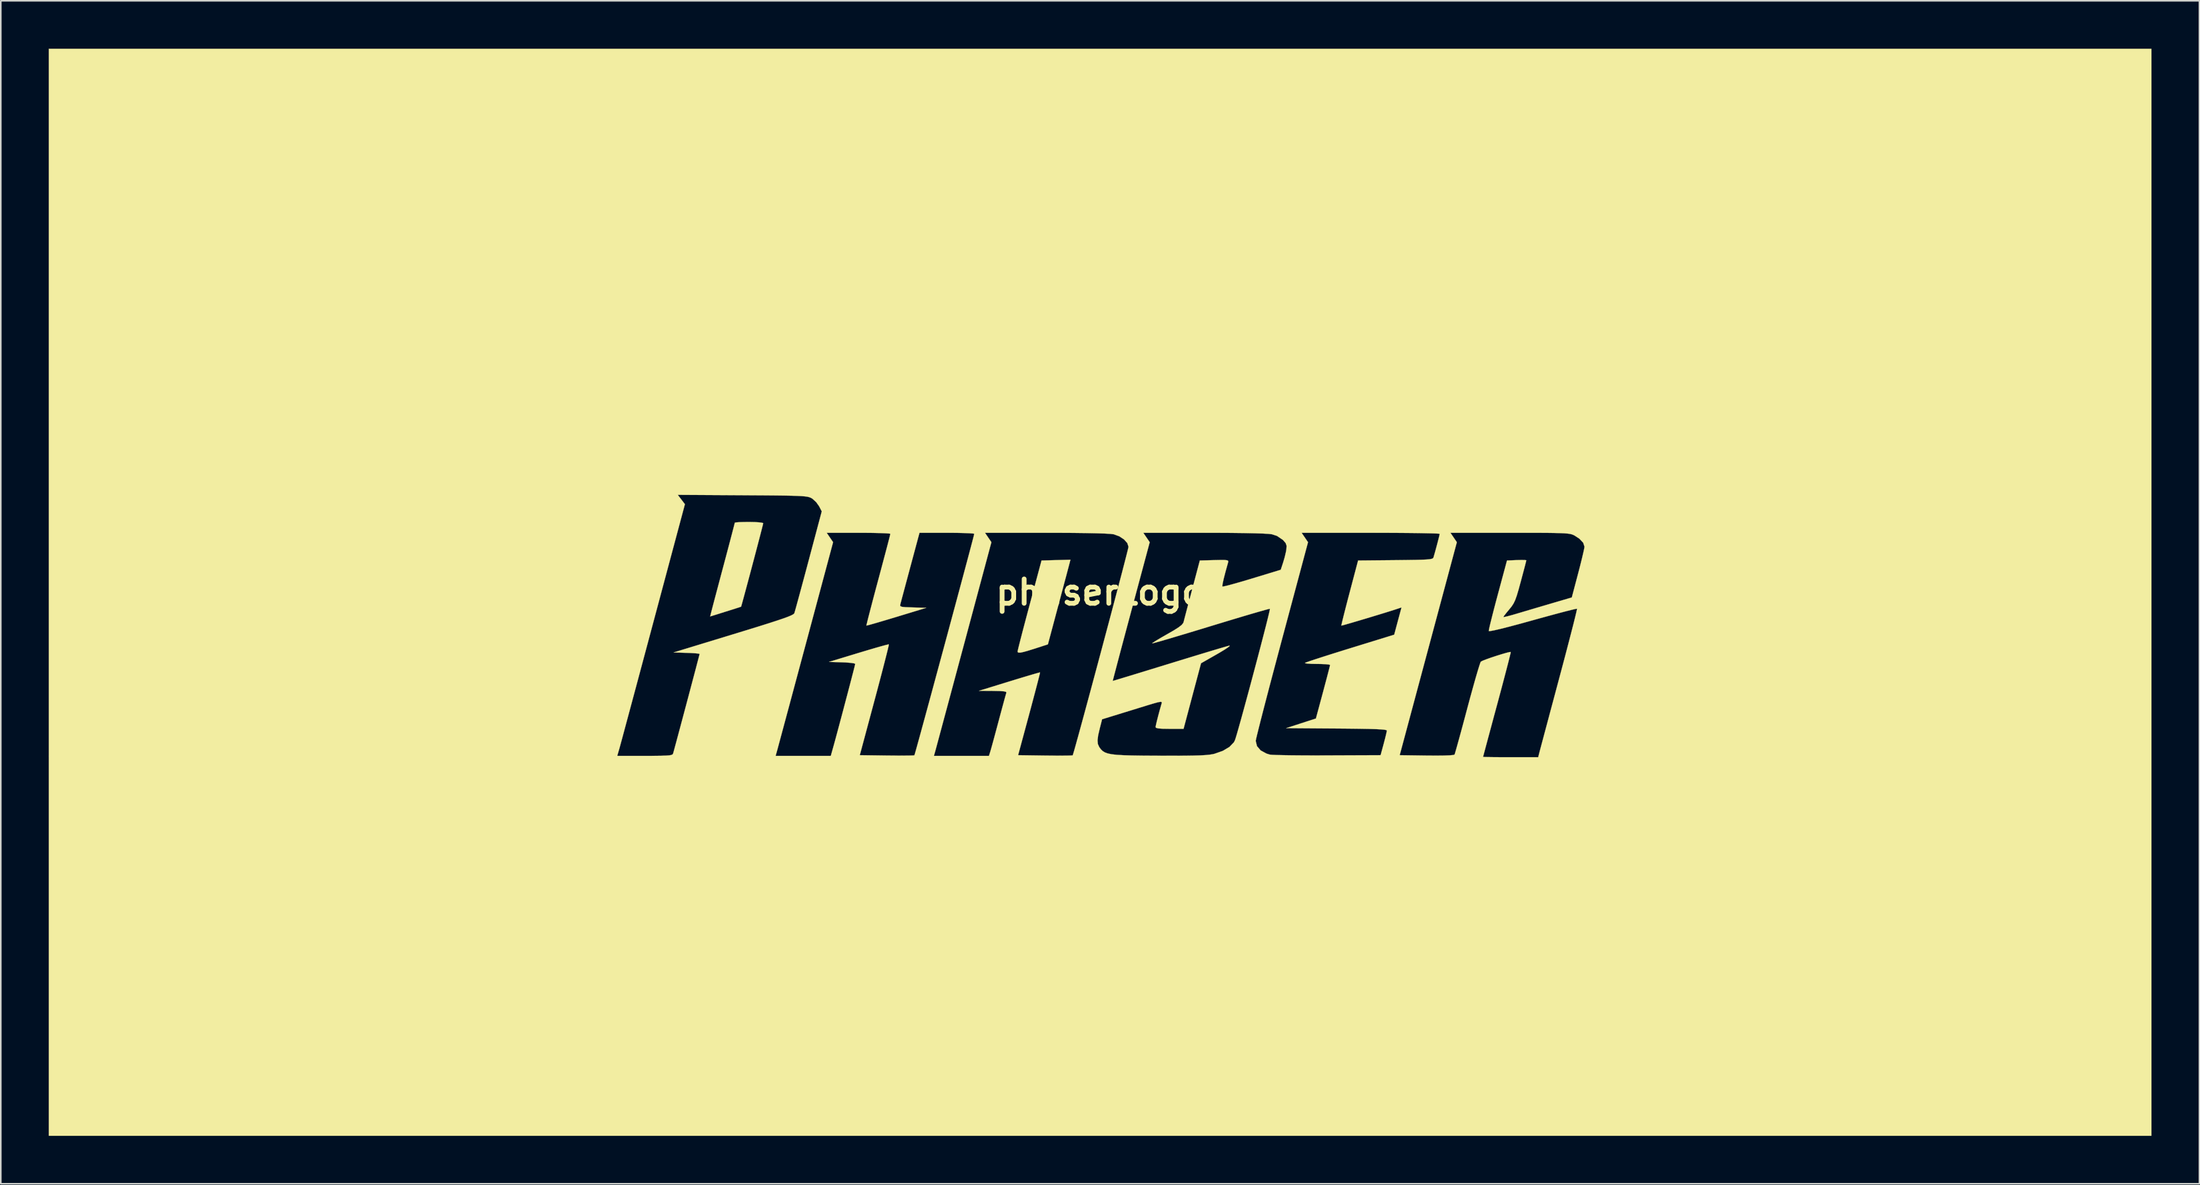
<source format=kicad_pcb>
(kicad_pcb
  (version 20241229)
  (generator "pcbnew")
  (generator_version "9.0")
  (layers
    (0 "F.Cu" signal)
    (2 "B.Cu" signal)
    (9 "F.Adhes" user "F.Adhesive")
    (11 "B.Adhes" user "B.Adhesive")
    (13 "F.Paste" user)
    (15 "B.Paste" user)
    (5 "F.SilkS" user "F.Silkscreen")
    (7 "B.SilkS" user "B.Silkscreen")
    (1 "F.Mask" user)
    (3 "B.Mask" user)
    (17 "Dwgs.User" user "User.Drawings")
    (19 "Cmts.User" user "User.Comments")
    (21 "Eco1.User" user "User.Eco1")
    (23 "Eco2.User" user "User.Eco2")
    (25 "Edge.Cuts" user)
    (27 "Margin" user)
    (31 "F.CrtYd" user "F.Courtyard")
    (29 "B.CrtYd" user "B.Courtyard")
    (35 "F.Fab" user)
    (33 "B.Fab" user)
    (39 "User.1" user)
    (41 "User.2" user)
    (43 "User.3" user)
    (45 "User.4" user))
  (footprint "phaserLogo"
    (layer "F.Cu")
    (at 65.791 34.041)
    (property "Reference" "phaserLogo" (at 0 0 0) (layer "F.SilkS") (effects (font (size 1.524 1.524) (thickness 0.3))))
    (attr through_hole)
    (fp_poly (pts (xy -1.907 -1.844) (xy -1.941 -1.716) (xy -2.012 -1.446) (xy -2.115 -1.056) (xy -2.245 -0.57) (xy -2.395 -0.008) (xy -2.558 0.607) (xy -2.611 0.804) (xy -3.267 3.26) (xy -3.966 3.487) (xy -4.437 3.636) (xy -4.771 3.732) (xy -4.989 3.779) (xy -5.111 3.78) (xy -5.16 3.739) (xy -5.164 3.711) (xy -5.142 3.605) (xy -5.082 3.355) (xy -4.987 2.982) (xy -4.864 2.504) (xy -4.716 1.941) (xy -4.55 1.314) (xy -4.414 0.804) (xy -3.665 -1.99) (xy -2.761 -2.014) (xy -1.858 -2.038) (xy -1.907 -1.844)) (stroke (width 0.01) (type solid)) (fill yes) (layer "F.SilkS"))
    (fp_poly (pts (xy -21.606 -4.396) (xy -21.314 -4.377) (xy -21.129 -4.349) (xy -21.082 -4.324) (xy -21.103 -4.231) (xy -21.161 -4) (xy -21.25 -3.654) (xy -21.364 -3.217) (xy -21.496 -2.713) (xy -21.64 -2.166) (xy -21.79 -1.6) (xy -21.939 -1.038) (xy -22.082 -0.505) (xy -22.211 -0.025) (xy -22.32 0.379) (xy -22.403 0.683) (xy -22.454 0.862) (xy -22.467 0.901) (xy -22.548 0.93) (xy -22.758 0.998) (xy -23.066 1.096) (xy -23.439 1.213) (xy -24.4 1.513) (xy -24.345 1.286) (xy -24.31 1.151) (xy -24.238 0.873) (xy -24.133 0.475) (xy -24.001 -0.023) (xy -23.848 -0.599) (xy -23.68 -1.233) (xy -23.575 -1.626) (xy -23.403 -2.273) (xy -23.246 -2.866) (xy -23.109 -3.387) (xy -22.997 -3.815) (xy -22.915 -4.132) (xy -22.869 -4.317) (xy -22.86 -4.357) (xy -22.781 -4.376) (xy -22.568 -4.391) (xy -22.255 -4.4) (xy -21.971 -4.403) (xy -21.606 -4.396)) (stroke (width 0.01) (type solid)) (fill yes) (layer "F.SilkS"))
    (fp_poly (pts (xy 65.786 34.036) (xy -65.786 34.036) (xy -65.786 10.245) (xy -30.217 10.245) (xy -28.491 10.245) (xy -20.306 10.245) (xy -16.853 10.245) (xy -10.4 10.245) (xy -6.956 10.245) (xy -6.869 9.97) (xy -6.821 9.804) (xy -6.738 9.505) (xy -6.628 9.102) (xy -6.5 8.626) (xy -6.361 8.107) (xy -6.344 8.043) (xy -6.208 7.535) (xy -6.085 7.08) (xy -5.983 6.703) (xy -5.908 6.433) (xy -5.867 6.295) (xy -5.864 6.287) (xy -5.888 6.236) (xy -6.017 6.203) (xy -6.272 6.184) (xy -6.676 6.176) (xy -6.701 6.175) (xy -7.578 6.17) (xy -5.678 5.584) (xy -5.142 5.42) (xy -4.663 5.275) (xy -4.263 5.156) (xy -3.966 5.071) (xy -3.793 5.024) (xy -3.759 5.018) (xy -3.775 5.102) (xy -3.831 5.329) (xy -3.921 5.68) (xy -4.04 6.136) (xy -4.183 6.676) (xy -4.344 7.282) (xy -4.435 7.62) (xy -5.132 10.202) (xy -3.443 10.225) (xy -2.926 10.23) (xy -2.469 10.231) (xy -2.098 10.229) (xy -1.84 10.222) (xy -1.72 10.212) (xy -1.715 10.21) (xy -1.685 10.121) (xy -1.615 9.884) (xy -1.511 9.513) (xy -1.444 9.271) (xy -0.161 9.271) (xy -0.141 9.5) (xy -0.06 9.684) (xy -0.038 9.717) (xy 0.058 9.843) (xy 0.166 9.946) (xy 0.302 10.029) (xy 0.482 10.094) (xy 0.724 10.144) (xy 1.044 10.18) (xy 1.46 10.204) (xy 1.988 10.22) (xy 2.645 10.23) (xy 3.447 10.235) (xy 3.813 10.236) (xy 4.629 10.237) (xy 5.294 10.235) (xy 5.829 10.227) (xy 6.251 10.215) (xy 6.58 10.197) (xy 6.836 10.173) (xy 7.037 10.141) (xy 7.158 10.114) (xy 7.679 9.931) (xy 8.09 9.687) (xy 8.368 9.398) (xy 8.417 9.309) (xy 9.737 9.309) (xy 9.816 9.633) (xy 10.045 9.902) (xy 10.409 10.101) (xy 10.626 10.167) (xy 10.765 10.18) (xy 11.054 10.192) (xy 11.472 10.201) (xy 11.999 10.209) (xy 12.617 10.214) (xy 13.304 10.217) (xy 14.04 10.216) (xy 14.216 10.215) (xy 17.552 10.202) (xy 18.746 10.202) (xy 20.437 10.225) (xy 21.026 10.229) (xy 21.511 10.224) (xy 21.877 10.211) (xy 22.106 10.19) (xy 22.179 10.167) (xy 22.212 10.068) (xy 22.282 9.825) (xy 22.385 9.458) (xy 22.516 8.984) (xy 22.668 8.425) (xy 22.836 7.799) (xy 22.978 7.265) (xy 23.157 6.598) (xy 23.327 5.982) (xy 23.48 5.436) (xy 23.613 4.98) (xy 23.719 4.633) (xy 23.792 4.415) (xy 23.823 4.347) (xy 23.93 4.29) (xy 24.152 4.202) (xy 24.45 4.096) (xy 24.784 3.985) (xy 25.116 3.881) (xy 25.405 3.797) (xy 25.612 3.746) (xy 25.696 3.74) (xy 25.681 3.825) (xy 25.625 4.056) (xy 25.535 4.415) (xy 25.413 4.885) (xy 25.265 5.449) (xy 25.096 6.088) (xy 24.909 6.786) (xy 24.844 7.027) (xy 24.651 7.74) (xy 24.474 8.401) (xy 24.315 8.99) (xy 24.18 9.493) (xy 24.074 9.889) (xy 24.001 10.164) (xy 23.965 10.298) (xy 23.963 10.308) (xy 24.043 10.315) (xy 24.267 10.32) (xy 24.61 10.325) (xy 25.047 10.328) (xy 25.554 10.329) (xy 25.687 10.329) (xy 27.414 10.329) (xy 27.463 10.135) (xy 27.493 10.018) (xy 27.563 9.753) (xy 27.669 9.356) (xy 27.806 8.843) (xy 27.97 8.23) (xy 28.156 7.531) (xy 28.362 6.764) (xy 28.581 5.943) (xy 28.698 5.505) (xy 28.921 4.669) (xy 29.129 3.883) (xy 29.317 3.162) (xy 29.483 2.521) (xy 29.623 1.975) (xy 29.731 1.539) (xy 29.806 1.228) (xy 29.842 1.058) (xy 29.844 1.029) (xy 29.755 1.041) (xy 29.523 1.095) (xy 29.167 1.184) (xy 28.705 1.305) (xy 28.157 1.453) (xy 27.543 1.621) (xy 27.072 1.752) (xy 26.289 1.969) (xy 25.624 2.146) (xy 25.087 2.283) (xy 24.685 2.376) (xy 24.428 2.425) (xy 24.323 2.426) (xy 24.321 2.423) (xy 24.336 2.319) (xy 24.391 2.074) (xy 24.48 1.711) (xy 24.596 1.252) (xy 24.734 0.719) (xy 24.881 0.169) (xy 25.462 -1.99) (xy 26.066 -2.015) (xy 26.361 -2.022) (xy 26.576 -2.018) (xy 26.669 -2.004) (xy 26.67 -2.002) (xy 26.649 -1.912) (xy 26.592 -1.687) (xy 26.505 -1.355) (xy 26.396 -0.946) (xy 26.321 -0.665) (xy 26.184 -0.163) (xy 26.073 0.209) (xy 25.976 0.482) (xy 25.878 0.69) (xy 25.766 0.866) (xy 25.626 1.043) (xy 25.602 1.072) (xy 25.415 1.297) (xy 25.282 1.469) (xy 25.231 1.55) (xy 25.231 1.55) (xy 25.306 1.546) (xy 25.508 1.499) (xy 25.802 1.42) (xy 26.014 1.358) (xy 26.378 1.25) (xy 26.852 1.109) (xy 27.387 0.951) (xy 27.929 0.791) (xy 28.157 0.724) (xy 29.517 0.324) (xy 29.914 -1.179) (xy 30.041 -1.669) (xy 30.151 -2.112) (xy 30.237 -2.478) (xy 30.293 -2.737) (xy 30.311 -2.855) (xy 30.229 -3.105) (xy 29.992 -3.356) (xy 29.694 -3.551) (xy 29.612 -3.592) (xy 29.523 -3.627) (xy 29.41 -3.655) (xy 29.257 -3.677) (xy 29.05 -3.694) (xy 28.77 -3.706) (xy 28.403 -3.715) (xy 27.932 -3.721) (xy 27.342 -3.724) (xy 26.616 -3.725) (xy 25.738 -3.725) (xy 25.648 -3.725) (xy 21.923 -3.725) (xy 22.123 -3.431) (xy 22.323 -3.136) (xy 18.746 10.202) (xy 17.552 10.202) (xy 17.747 9.483) (xy 17.835 9.147) (xy 17.903 8.868) (xy 17.941 8.691) (xy 17.945 8.658) (xy 17.909 8.63) (xy 17.791 8.606) (xy 17.577 8.586) (xy 17.254 8.569) (xy 16.811 8.556) (xy 16.235 8.546) (xy 15.512 8.537) (xy 14.796 8.531) (xy 11.642 8.509) (xy 12.573 8.207) (xy 13.504 7.905) (xy 13.947 6.26) (xy 14.081 5.756) (xy 14.2 5.309) (xy 14.295 4.942) (xy 14.361 4.684) (xy 14.39 4.558) (xy 14.391 4.551) (xy 14.314 4.524) (xy 14.103 4.502) (xy 13.796 4.49) (xy 13.575 4.487) (xy 13.234 4.481) (xy 12.976 4.465) (xy 12.834 4.442) (xy 12.818 4.424) (xy 12.911 4.385) (xy 13.146 4.302) (xy 13.506 4.183) (xy 13.97 4.033) (xy 14.519 3.858) (xy 15.135 3.665) (xy 15.641 3.508) (xy 18.403 2.656) (xy 18.632 1.801) (xy 18.862 0.947) (xy 18.639 1.022) (xy 18.388 1.104) (xy 18.04 1.214) (xy 17.623 1.343) (xy 17.164 1.483) (xy 16.691 1.626) (xy 16.233 1.763) (xy 15.817 1.886) (xy 15.472 1.986) (xy 15.225 2.056) (xy 15.104 2.086) (xy 15.097 2.086) (xy 15.111 2.002) (xy 15.164 1.776) (xy 15.249 1.431) (xy 15.361 0.99) (xy 15.494 0.474) (xy 15.609 0.037) (xy 16.144 -1.99) (xy 18.481 -2.012) (xy 19.174 -2.02) (xy 19.717 -2.028) (xy 20.127 -2.038) (xy 20.425 -2.052) (xy 20.628 -2.071) (xy 20.755 -2.096) (xy 20.825 -2.128) (xy 20.857 -2.169) (xy 20.861 -2.181) (xy 20.935 -2.436) (xy 21.021 -2.747) (xy 21.107 -3.07) (xy 21.182 -3.36) (xy 21.234 -3.572) (xy 21.251 -3.66) (xy 21.169 -3.673) (xy 20.934 -3.685) (xy 20.561 -3.695) (xy 20.066 -3.705) (xy 19.465 -3.713) (xy 18.775 -3.719) (xy 18.01 -3.723) (xy 17.187 -3.725) (xy 16.93 -3.725) (xy 12.609 -3.725) (xy 12.81 -3.431) (xy 13.01 -3.136) (xy 11.373 2.976) (xy 11.109 3.966) (xy 10.858 4.912) (xy 10.623 5.801) (xy 10.409 6.62) (xy 10.218 7.355) (xy 10.054 7.993) (xy 9.921 8.52) (xy 9.821 8.924) (xy 9.758 9.191) (xy 9.737 9.308) (xy 9.737 9.309) (xy 8.417 9.309) (xy 8.428 9.289) (xy 8.475 9.154) (xy 8.558 8.88) (xy 8.67 8.487) (xy 8.809 7.993) (xy 8.967 7.418) (xy 9.141 6.78) (xy 9.326 6.098) (xy 9.515 5.391) (xy 9.705 4.678) (xy 9.89 3.979) (xy 10.065 3.311) (xy 10.225 2.693) (xy 10.366 2.146) (xy 10.481 1.687) (xy 10.566 1.336) (xy 10.617 1.111) (xy 10.627 1.032) (xy 10.541 1.048) (xy 10.31 1.11) (xy 9.949 1.212) (xy 9.476 1.349) (xy 8.906 1.518) (xy 8.256 1.713) (xy 7.543 1.929) (xy 6.939 2.113) (xy 6.186 2.343) (xy 5.485 2.555) (xy 4.851 2.745) (xy 4.3 2.909) (xy 3.849 3.041) (xy 3.514 3.136) (xy 3.312 3.19) (xy 3.257 3.2) (xy 3.314 3.15) (xy 3.494 3.034) (xy 3.77 2.869) (xy 4.115 2.671) (xy 4.198 2.624) (xy 4.625 2.378) (xy 4.92 2.19) (xy 5.105 2.043) (xy 5.202 1.922) (xy 5.224 1.865) (xy 5.26 1.723) (xy 5.333 1.443) (xy 5.435 1.054) (xy 5.559 0.583) (xy 5.699 0.055) (xy 5.758 -0.169) (xy 6.24 -1.99) (xy 7.148 -2.014) (xy 7.549 -2.022) (xy 7.809 -2.02) (xy 7.955 -2.002) (xy 8.015 -1.965) (xy 8.018 -1.904) (xy 8.013 -1.887) (xy 7.848 -1.293) (xy 7.731 -0.839) (xy 7.664 -0.531) (xy 7.649 -0.376) (xy 7.655 -0.36) (xy 7.746 -0.37) (xy 7.975 -0.424) (xy 8.318 -0.515) (xy 8.752 -0.638) (xy 9.252 -0.785) (xy 9.503 -0.861) (xy 11.303 -1.409) (xy 11.454 -1.869) (xy 11.551 -2.199) (xy 11.628 -2.528) (xy 11.654 -2.672) (xy 11.67 -2.91) (xy 11.612 -3.08) (xy 11.453 -3.266) (xy 11.44 -3.279) (xy 11.068 -3.531) (xy 10.749 -3.634) (xy 10.545 -3.658) (xy 10.179 -3.679) (xy 9.66 -3.696) (xy 8.995 -3.709) (xy 8.194 -3.719) (xy 7.263 -3.724) (xy 6.512 -3.725) (xy 2.703 -3.725) (xy 2.903 -3.431) (xy 3.104 -3.136) (xy 1.94 1.205) (xy 1.719 2.03) (xy 1.512 2.805) (xy 1.323 3.513) (xy 1.157 4.14) (xy 1.017 4.671) (xy 0.907 5.09) (xy 0.831 5.383) (xy 0.793 5.534) (xy 0.79 5.552) (xy 0.871 5.529) (xy 1.098 5.462) (xy 1.453 5.354) (xy 1.921 5.212) (xy 2.484 5.04) (xy 3.126 4.843) (xy 3.831 4.626) (xy 4.318 4.477) (xy 5.066 4.247) (xy 5.771 4.031) (xy 6.415 3.835) (xy 6.981 3.664) (xy 7.45 3.524) (xy 7.804 3.42) (xy 8.025 3.357) (xy 8.086 3.341) (xy 8.111 3.36) (xy 8.006 3.448) (xy 7.787 3.593) (xy 7.472 3.783) (xy 7.327 3.867) (xy 6.315 4.445) (xy 5.768 6.498) (xy 5.222 8.551) (xy 4.347 8.551) (xy 3.926 8.545) (xy 3.654 8.526) (xy 3.509 8.491) (xy 3.471 8.444) (xy 3.493 8.32) (xy 3.549 8.077) (xy 3.63 7.758) (xy 3.724 7.405) (xy 3.82 7.063) (xy 3.86 6.928) (xy 3.856 6.873) (xy 3.786 6.858) (xy 3.625 6.885) (xy 3.35 6.96) (xy 2.988 7.069) (xy 2.501 7.219) (xy 1.939 7.393) (xy 1.386 7.563) (xy 1.099 7.652) (xy 0.124 7.952) (xy -0.023 8.527) (xy -0.123 8.959) (xy -0.161 9.271) (xy -1.444 9.271) (xy -1.375 9.023) (xy -1.213 8.43) (xy -1.027 7.749) (xy -0.823 6.995) (xy -0.603 6.182) (xy -0.373 5.326) (xy -0.136 4.443) (xy 0.104 3.547) (xy 0.342 2.652) (xy 0.576 1.775) (xy 0.8 0.931) (xy 1.01 0.134) (xy 1.204 -0.601) (xy 1.376 -1.257) (xy 1.522 -1.821) (xy 1.639 -2.278) (xy 1.723 -2.611) (xy 1.769 -2.806) (xy 1.777 -2.851) (xy 1.701 -3.082) (xy 1.498 -3.31) (xy 1.205 -3.504) (xy 0.861 -3.63) (xy 0.843 -3.634) (xy 0.639 -3.658) (xy 0.273 -3.679) (xy -0.246 -3.696) (xy -0.911 -3.709) (xy -1.712 -3.719) (xy -2.643 -3.724) (xy -3.394 -3.725) (xy -7.203 -3.725) (xy -7.003 -3.431) (xy -6.803 -3.137) (xy -8.512 3.237) (xy -8.785 4.251) (xy -9.046 5.224) (xy -9.292 6.141) (xy -9.52 6.991) (xy -9.727 7.759) (xy -9.908 8.432) (xy -10.06 8.998) (xy -10.18 9.442) (xy -10.263 9.752) (xy -10.307 9.914) (xy -10.311 9.927) (xy -10.4 10.245) (xy -16.853 10.245) (xy -16.728 9.8) (xy -16.646 9.507) (xy -16.537 9.108) (xy -16.408 8.628) (xy -16.264 8.089) (xy -16.111 7.516) (xy -15.957 6.931) (xy -15.806 6.359) (xy -15.665 5.823) (xy -15.541 5.346) (xy -15.439 4.951) (xy -15.366 4.664) (xy -15.329 4.506) (xy -15.325 4.484) (xy -15.403 4.449) (xy -15.615 4.418) (xy -15.923 4.394) (xy -16.144 4.385) (xy -16.964 4.36) (xy -15.107 3.795) (xy -14.577 3.636) (xy -14.102 3.496) (xy -13.707 3.383) (xy -13.415 3.304) (xy -13.249 3.265) (xy -13.219 3.262) (xy -13.234 3.348) (xy -13.288 3.581) (xy -13.378 3.942) (xy -13.499 4.416) (xy -13.646 4.986) (xy -13.816 5.633) (xy -14.004 6.342) (xy -14.113 6.748) (xy -15.039 10.202) (xy -13.349 10.225) (xy -12.832 10.23) (xy -12.375 10.231) (xy -12.004 10.229) (xy -11.746 10.222) (xy -11.626 10.212) (xy -11.621 10.21) (xy -11.595 10.125) (xy -11.528 9.892) (xy -11.426 9.524) (xy -11.291 9.036) (xy -11.129 8.443) (xy -10.942 7.759) (xy -10.735 6.998) (xy -10.512 6.177) (xy -10.277 5.308) (xy -10.033 4.406) (xy -9.784 3.487) (xy -9.535 2.565) (xy -9.29 1.653) (xy -9.051 0.767) (xy -8.824 -0.078) (xy -8.612 -0.868) (xy -8.419 -1.589) (xy -8.249 -2.226) (xy -8.106 -2.765) (xy -7.994 -3.19) (xy -7.917 -3.488) (xy -7.879 -3.643) (xy -7.875 -3.662) (xy -7.955 -3.681) (xy -8.18 -3.698) (xy -8.523 -3.711) (xy -8.96 -3.721) (xy -9.466 -3.725) (xy -9.588 -3.725) (xy -11.303 -3.725) (xy -11.877 -1.587) (xy -12.034 -1.003) (xy -12.178 -0.465) (xy -12.303 0.003) (xy -12.403 0.376) (xy -12.471 0.63) (xy -12.5 0.738) (xy -12.515 0.823) (xy -12.486 0.879) (xy -12.386 0.913) (xy -12.183 0.932) (xy -11.849 0.945) (xy -11.714 0.949) (xy -10.88 0.974) (xy -12.741 1.54) (xy -13.271 1.7) (xy -13.745 1.841) (xy -14.139 1.956) (xy -14.43 2.038) (xy -14.595 2.08) (xy -14.623 2.084) (xy -14.607 2) (xy -14.552 1.772) (xy -14.462 1.417) (xy -14.342 0.956) (xy -14.198 0.406) (xy -14.034 -0.213) (xy -13.885 -0.768) (xy -13.707 -1.433) (xy -13.544 -2.046) (xy -13.4 -2.588) (xy -13.281 -3.04) (xy -13.193 -3.382) (xy -13.139 -3.596) (xy -13.124 -3.662) (xy -13.205 -3.68) (xy -13.431 -3.696) (xy -13.78 -3.709) (xy -14.229 -3.719) (xy -14.753 -3.724) (xy -15.116 -3.725) (xy -17.109 -3.725) (xy -16.909 -3.431) (xy -16.709 -3.137) (xy -18.418 3.237) (xy -18.691 4.251) (xy -18.952 5.224) (xy -19.198 6.141) (xy -19.426 6.991) (xy -19.633 7.759) (xy -19.814 8.432) (xy -19.966 8.998) (xy -20.086 9.442) (xy -20.169 9.752) (xy -20.213 9.914) (xy -20.217 9.927) (xy -20.306 10.245) (xy -28.491 10.245) (xy -27.906 10.244) (xy -27.468 10.239) (xy -27.156 10.229) (xy -26.947 10.212) (xy -26.82 10.186) (xy -26.752 10.15) (xy -26.722 10.1) (xy -26.72 10.097) (xy -26.683 9.966) (xy -26.611 9.7) (xy -26.508 9.321) (xy -26.382 8.85) (xy -26.237 8.309) (xy -26.08 7.72) (xy -25.916 7.105) (xy -25.751 6.485) (xy -25.592 5.884) (xy -25.443 5.321) (xy -25.31 4.82) (xy -25.201 4.402) (xy -25.119 4.089) (xy -25.071 3.902) (xy -25.061 3.859) (xy -25.14 3.838) (xy -25.351 3.818) (xy -25.659 3.8) (xy -25.876 3.792) (xy -26.69 3.768) (xy -22.945 2.625) (xy -22.041 2.348) (xy -21.288 2.115) (xy -20.671 1.92) (xy -20.179 1.76) (xy -19.799 1.631) (xy -19.518 1.527) (xy -19.324 1.445) (xy -19.203 1.38) (xy -19.144 1.328) (xy -19.135 1.312) (xy -19.099 1.194) (xy -19.025 0.932) (xy -18.919 0.544) (xy -18.784 0.049) (xy -18.627 -0.532) (xy -18.452 -1.182) (xy -18.266 -1.881) (xy -18.244 -1.962) (xy -17.418 -5.067) (xy -17.586 -5.391) (xy -17.767 -5.644) (xy -17.997 -5.855) (xy -18.042 -5.884) (xy -18.115 -5.923) (xy -18.199 -5.956) (xy -18.31 -5.983) (xy -18.461 -6.005) (xy -18.67 -6.023) (xy -18.951 -6.037) (xy -19.318 -6.048) (xy -19.788 -6.057) (xy -20.375 -6.064) (xy -21.094 -6.07) (xy -21.961 -6.075) (xy -22.38 -6.078) (xy -26.429 -6.102) (xy -25.982 -5.516) (xy -27.982 1.962) (xy -28.277 3.064) (xy -28.561 4.125) (xy -28.831 5.133) (xy -29.084 6.077) (xy -29.317 6.944) (xy -29.526 7.722) (xy -29.708 8.398) (xy -29.859 8.96) (xy -29.977 9.396) (xy -30.058 9.693) (xy -30.099 9.84) (xy -30.1 9.842) (xy -30.217 10.245) (xy -65.786 10.245) (xy -65.786 -34.036) (xy 65.786 -34.036) (xy 65.786 34.036)) (stroke (width 0.01) (type solid)) (fill yes) (layer "F.SilkS")))
  (gr_rect
    (start -3 -3)
    (end 134.582 71.082)
    (stroke (width 0.1) (type default))
    (fill no)
    (layer "Edge.Cuts")))
</source>
